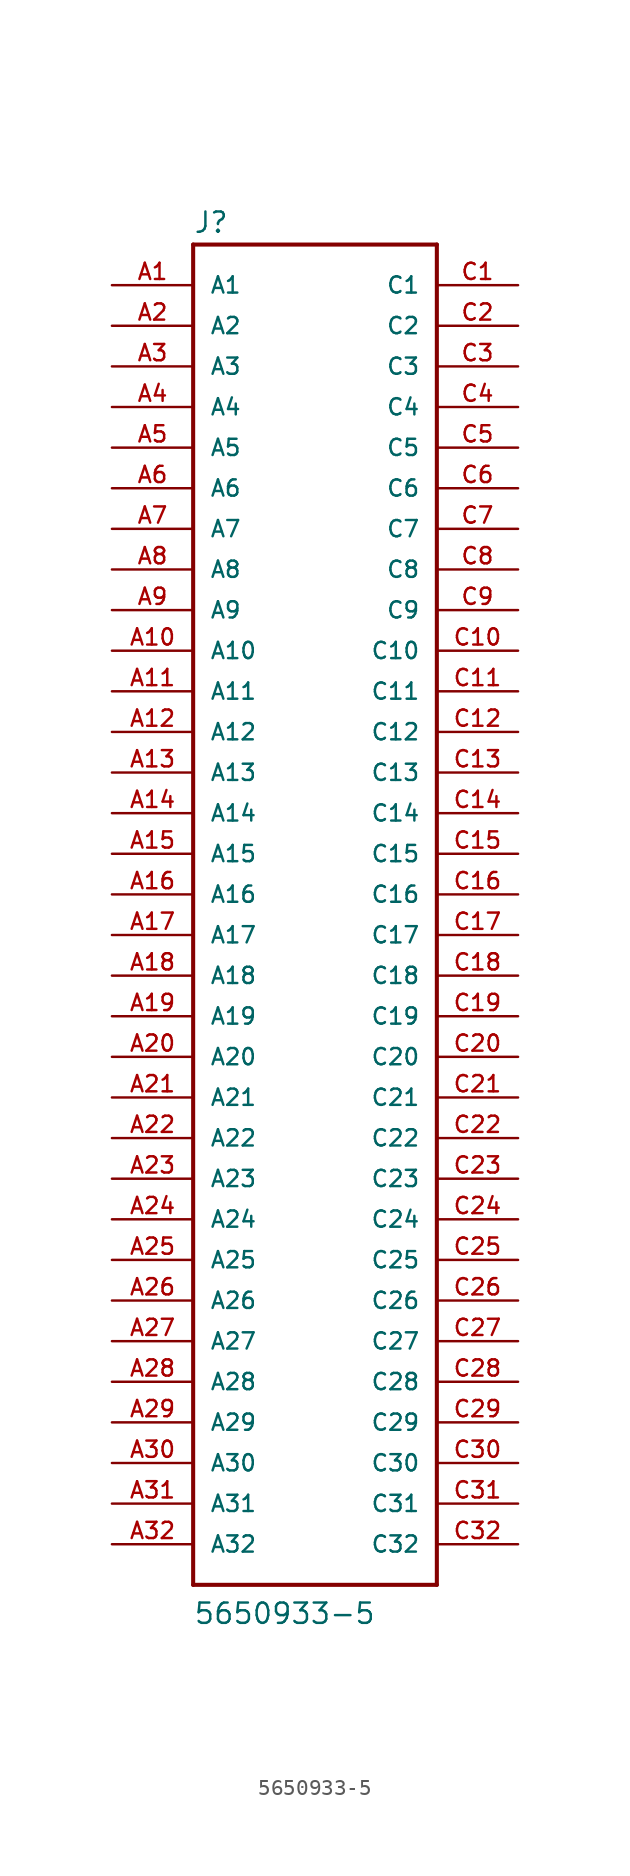
<source format=kicad_sym>
(kicad_symbol_lib
  (version 20211014)
  (generator kicad_symbol_editor)
  (symbol "5650933-5"
    (pin_names
      (offset 1.016))
    (property "Reference" "J"
      (at -7.62 43.815 0)
      (effects (font (size 1.27 1.27)) (justify left bottom)))
    (property "Value" "5650933-5"
      (at -7.62 -43.18 0)
      (effects (font (size 1.27 1.27)) (justify left bottom)))
    (property "ki_locked" ""
      (at 0 0 0)
      (effects (font (size 1.27 1.27))))
    (symbol "5650933-5_0_0"
      (polyline (pts (xy -7.62 -40.64) (xy -7.62 43.18)) (stroke (width 0.254) (type default) (color 0 0 0 0)) (fill (type none)))
      (polyline (pts (xy -7.62 43.18) (xy 7.62 43.18)) (stroke (width 0.254) (type default) (color 0 0 0 0)) (fill (type none)))
      (polyline (pts (xy 7.62 -40.64) (xy -7.62 -40.64)) (stroke (width 0.254) (type default) (color 0 0 0 0)) (fill (type none)))
      (polyline (pts (xy 7.62 43.18) (xy 7.62 -40.64)) (stroke (width 0.254) (type default) (color 0 0 0 0)) (fill (type none)))
      (pin passive line (at -12.7 40.64 0) (length 5.08) (name "A1" (effects (font (size 1.016 1.016)))) (number "A1" (effects (font (size 1.016 1.016)))))
      (pin passive line (at -12.7 17.78 0) (length 5.08) (name "A10" (effects (font (size 1.016 1.016)))) (number "A10" (effects (font (size 1.016 1.016)))))
      (pin passive line (at -12.7 15.24 0) (length 5.08) (name "A11" (effects (font (size 1.016 1.016)))) (number "A11" (effects (font (size 1.016 1.016)))))
      (pin passive line (at -12.7 12.7 0) (length 5.08) (name "A12" (effects (font (size 1.016 1.016)))) (number "A12" (effects (font (size 1.016 1.016)))))
      (pin passive line (at -12.7 10.16 0) (length 5.08) (name "A13" (effects (font (size 1.016 1.016)))) (number "A13" (effects (font (size 1.016 1.016)))))
      (pin passive line (at -12.7 7.62 0) (length 5.08) (name "A14" (effects (font (size 1.016 1.016)))) (number "A14" (effects (font (size 1.016 1.016)))))
      (pin passive line (at -12.7 5.08 0) (length 5.08) (name "A15" (effects (font (size 1.016 1.016)))) (number "A15" (effects (font (size 1.016 1.016)))))
      (pin passive line (at -12.7 2.54 0) (length 5.08) (name "A16" (effects (font (size 1.016 1.016)))) (number "A16" (effects (font (size 1.016 1.016)))))
      (pin passive line (at -12.7 0 0) (length 5.08) (name "A17" (effects (font (size 1.016 1.016)))) (number "A17" (effects (font (size 1.016 1.016)))))
      (pin passive line (at -12.7 -2.54 0) (length 5.08) (name "A18" (effects (font (size 1.016 1.016)))) (number "A18" (effects (font (size 1.016 1.016)))))
      (pin passive line (at -12.7 -5.08 0) (length 5.08) (name "A19" (effects (font (size 1.016 1.016)))) (number "A19" (effects (font (size 1.016 1.016)))))
      (pin passive line (at -12.7 38.1 0) (length 5.08) (name "A2" (effects (font (size 1.016 1.016)))) (number "A2" (effects (font (size 1.016 1.016)))))
      (pin passive line (at -12.7 -7.62 0) (length 5.08) (name "A20" (effects (font (size 1.016 1.016)))) (number "A20" (effects (font (size 1.016 1.016)))))
      (pin passive line (at -12.7 -10.16 0) (length 5.08) (name "A21" (effects (font (size 1.016 1.016)))) (number "A21" (effects (font (size 1.016 1.016)))))
      (pin passive line (at -12.7 -12.7 0) (length 5.08) (name "A22" (effects (font (size 1.016 1.016)))) (number "A22" (effects (font (size 1.016 1.016)))))
      (pin passive line (at -12.7 -15.24 0) (length 5.08) (name "A23" (effects (font (size 1.016 1.016)))) (number "A23" (effects (font (size 1.016 1.016)))))
      (pin passive line (at -12.7 -17.78 0) (length 5.08) (name "A24" (effects (font (size 1.016 1.016)))) (number "A24" (effects (font (size 1.016 1.016)))))
      (pin passive line (at -12.7 -20.32 0) (length 5.08) (name "A25" (effects (font (size 1.016 1.016)))) (number "A25" (effects (font (size 1.016 1.016)))))
      (pin passive line (at -12.7 -22.86 0) (length 5.08) (name "A26" (effects (font (size 1.016 1.016)))) (number "A26" (effects (font (size 1.016 1.016)))))
      (pin passive line (at -12.7 -25.4 0) (length 5.08) (name "A27" (effects (font (size 1.016 1.016)))) (number "A27" (effects (font (size 1.016 1.016)))))
      (pin passive line (at -12.7 -27.94 0) (length 5.08) (name "A28" (effects (font (size 1.016 1.016)))) (number "A28" (effects (font (size 1.016 1.016)))))
      (pin passive line (at -12.7 -30.48 0) (length 5.08) (name "A29" (effects (font (size 1.016 1.016)))) (number "A29" (effects (font (size 1.016 1.016)))))
      (pin passive line (at -12.7 35.56 0) (length 5.08) (name "A3" (effects (font (size 1.016 1.016)))) (number "A3" (effects (font (size 1.016 1.016)))))
      (pin passive line (at -12.7 -33.02 0) (length 5.08) (name "A30" (effects (font (size 1.016 1.016)))) (number "A30" (effects (font (size 1.016 1.016)))))
      (pin passive line (at -12.7 -35.56 0) (length 5.08) (name "A31" (effects (font (size 1.016 1.016)))) (number "A31" (effects (font (size 1.016 1.016)))))
      (pin passive line (at -12.7 -38.1 0) (length 5.08) (name "A32" (effects (font (size 1.016 1.016)))) (number "A32" (effects (font (size 1.016 1.016)))))
      (pin passive line (at -12.7 33.02 0) (length 5.08) (name "A4" (effects (font (size 1.016 1.016)))) (number "A4" (effects (font (size 1.016 1.016)))))
      (pin passive line (at -12.7 30.48 0) (length 5.08) (name "A5" (effects (font (size 1.016 1.016)))) (number "A5" (effects (font (size 1.016 1.016)))))
      (pin passive line (at -12.7 27.94 0) (length 5.08) (name "A6" (effects (font (size 1.016 1.016)))) (number "A6" (effects (font (size 1.016 1.016)))))
      (pin passive line (at -12.7 25.4 0) (length 5.08) (name "A7" (effects (font (size 1.016 1.016)))) (number "A7" (effects (font (size 1.016 1.016)))))
      (pin passive line (at -12.7 22.86 0) (length 5.08) (name "A8" (effects (font (size 1.016 1.016)))) (number "A8" (effects (font (size 1.016 1.016)))))
      (pin passive line (at -12.7 20.32 0) (length 5.08) (name "A9" (effects (font (size 1.016 1.016)))) (number "A9" (effects (font (size 1.016 1.016)))))
      (pin passive line (at 12.7 40.64 180) (length 5.08) (name "C1" (effects (font (size 1.016 1.016)))) (number "C1" (effects (font (size 1.016 1.016)))))
      (pin passive line (at 12.7 17.78 180) (length 5.08) (name "C10" (effects (font (size 1.016 1.016)))) (number "C10" (effects (font (size 1.016 1.016)))))
      (pin passive line (at 12.7 15.24 180) (length 5.08) (name "C11" (effects (font (size 1.016 1.016)))) (number "C11" (effects (font (size 1.016 1.016)))))
      (pin passive line (at 12.7 12.7 180) (length 5.08) (name "C12" (effects (font (size 1.016 1.016)))) (number "C12" (effects (font (size 1.016 1.016)))))
      (pin passive line (at 12.7 10.16 180) (length 5.08) (name "C13" (effects (font (size 1.016 1.016)))) (number "C13" (effects (font (size 1.016 1.016)))))
      (pin passive line (at 12.7 7.62 180) (length 5.08) (name "C14" (effects (font (size 1.016 1.016)))) (number "C14" (effects (font (size 1.016 1.016)))))
      (pin passive line (at 12.7 5.08 180) (length 5.08) (name "C15" (effects (font (size 1.016 1.016)))) (number "C15" (effects (font (size 1.016 1.016)))))
      (pin passive line (at 12.7 2.54 180) (length 5.08) (name "C16" (effects (font (size 1.016 1.016)))) (number "C16" (effects (font (size 1.016 1.016)))))
      (pin passive line (at 12.7 0 180) (length 5.08) (name "C17" (effects (font (size 1.016 1.016)))) (number "C17" (effects (font (size 1.016 1.016)))))
      (pin passive line (at 12.7 -2.54 180) (length 5.08) (name "C18" (effects (font (size 1.016 1.016)))) (number "C18" (effects (font (size 1.016 1.016)))))
      (pin passive line (at 12.7 -5.08 180) (length 5.08) (name "C19" (effects (font (size 1.016 1.016)))) (number "C19" (effects (font (size 1.016 1.016)))))
      (pin passive line (at 12.7 38.1 180) (length 5.08) (name "C2" (effects (font (size 1.016 1.016)))) (number "C2" (effects (font (size 1.016 1.016)))))
      (pin passive line (at 12.7 -7.62 180) (length 5.08) (name "C20" (effects (font (size 1.016 1.016)))) (number "C20" (effects (font (size 1.016 1.016)))))
      (pin passive line (at 12.7 -10.16 180) (length 5.08) (name "C21" (effects (font (size 1.016 1.016)))) (number "C21" (effects (font (size 1.016 1.016)))))
      (pin passive line (at 12.7 -12.7 180) (length 5.08) (name "C22" (effects (font (size 1.016 1.016)))) (number "C22" (effects (font (size 1.016 1.016)))))
      (pin passive line (at 12.7 -15.24 180) (length 5.08) (name "C23" (effects (font (size 1.016 1.016)))) (number "C23" (effects (font (size 1.016 1.016)))))
      (pin passive line (at 12.7 -17.78 180) (length 5.08) (name "C24" (effects (font (size 1.016 1.016)))) (number "C24" (effects (font (size 1.016 1.016)))))
      (pin passive line (at 12.7 -20.32 180) (length 5.08) (name "C25" (effects (font (size 1.016 1.016)))) (number "C25" (effects (font (size 1.016 1.016)))))
      (pin passive line (at 12.7 -22.86 180) (length 5.08) (name "C26" (effects (font (size 1.016 1.016)))) (number "C26" (effects (font (size 1.016 1.016)))))
      (pin passive line (at 12.7 -25.4 180) (length 5.08) (name "C27" (effects (font (size 1.016 1.016)))) (number "C27" (effects (font (size 1.016 1.016)))))
      (pin passive line (at 12.7 -27.94 180) (length 5.08) (name "C28" (effects (font (size 1.016 1.016)))) (number "C28" (effects (font (size 1.016 1.016)))))
      (pin passive line (at 12.7 -30.48 180) (length 5.08) (name "C29" (effects (font (size 1.016 1.016)))) (number "C29" (effects (font (size 1.016 1.016)))))
      (pin passive line (at 12.7 35.56 180) (length 5.08) (name "C3" (effects (font (size 1.016 1.016)))) (number "C3" (effects (font (size 1.016 1.016)))))
      (pin passive line (at 12.7 -33.02 180) (length 5.08) (name "C30" (effects (font (size 1.016 1.016)))) (number "C30" (effects (font (size 1.016 1.016)))))
      (pin passive line (at 12.7 -35.56 180) (length 5.08) (name "C31" (effects (font (size 1.016 1.016)))) (number "C31" (effects (font (size 1.016 1.016)))))
      (pin passive line (at 12.7 -38.1 180) (length 5.08) (name "C32" (effects (font (size 1.016 1.016)))) (number "C32" (effects (font (size 1.016 1.016)))))
      (pin passive line (at 12.7 33.02 180) (length 5.08) (name "C4" (effects (font (size 1.016 1.016)))) (number "C4" (effects (font (size 1.016 1.016)))))
      (pin passive line (at 12.7 30.48 180) (length 5.08) (name "C5" (effects (font (size 1.016 1.016)))) (number "C5" (effects (font (size 1.016 1.016)))))
      (pin passive line (at 12.7 27.94 180) (length 5.08) (name "C6" (effects (font (size 1.016 1.016)))) (number "C6" (effects (font (size 1.016 1.016)))))
      (pin passive line (at 12.7 25.4 180) (length 5.08) (name "C7" (effects (font (size 1.016 1.016)))) (number "C7" (effects (font (size 1.016 1.016)))))
      (pin passive line (at 12.7 22.86 180) (length 5.08) (name "C8" (effects (font (size 1.016 1.016)))) (number "C8" (effects (font (size 1.016 1.016)))))
      (pin passive line (at 12.7 20.32 180) (length 5.08) (name "C9" (effects (font (size 1.016 1.016)))) (number "C9" (effects (font (size 1.016 1.016))))))))
</source>
